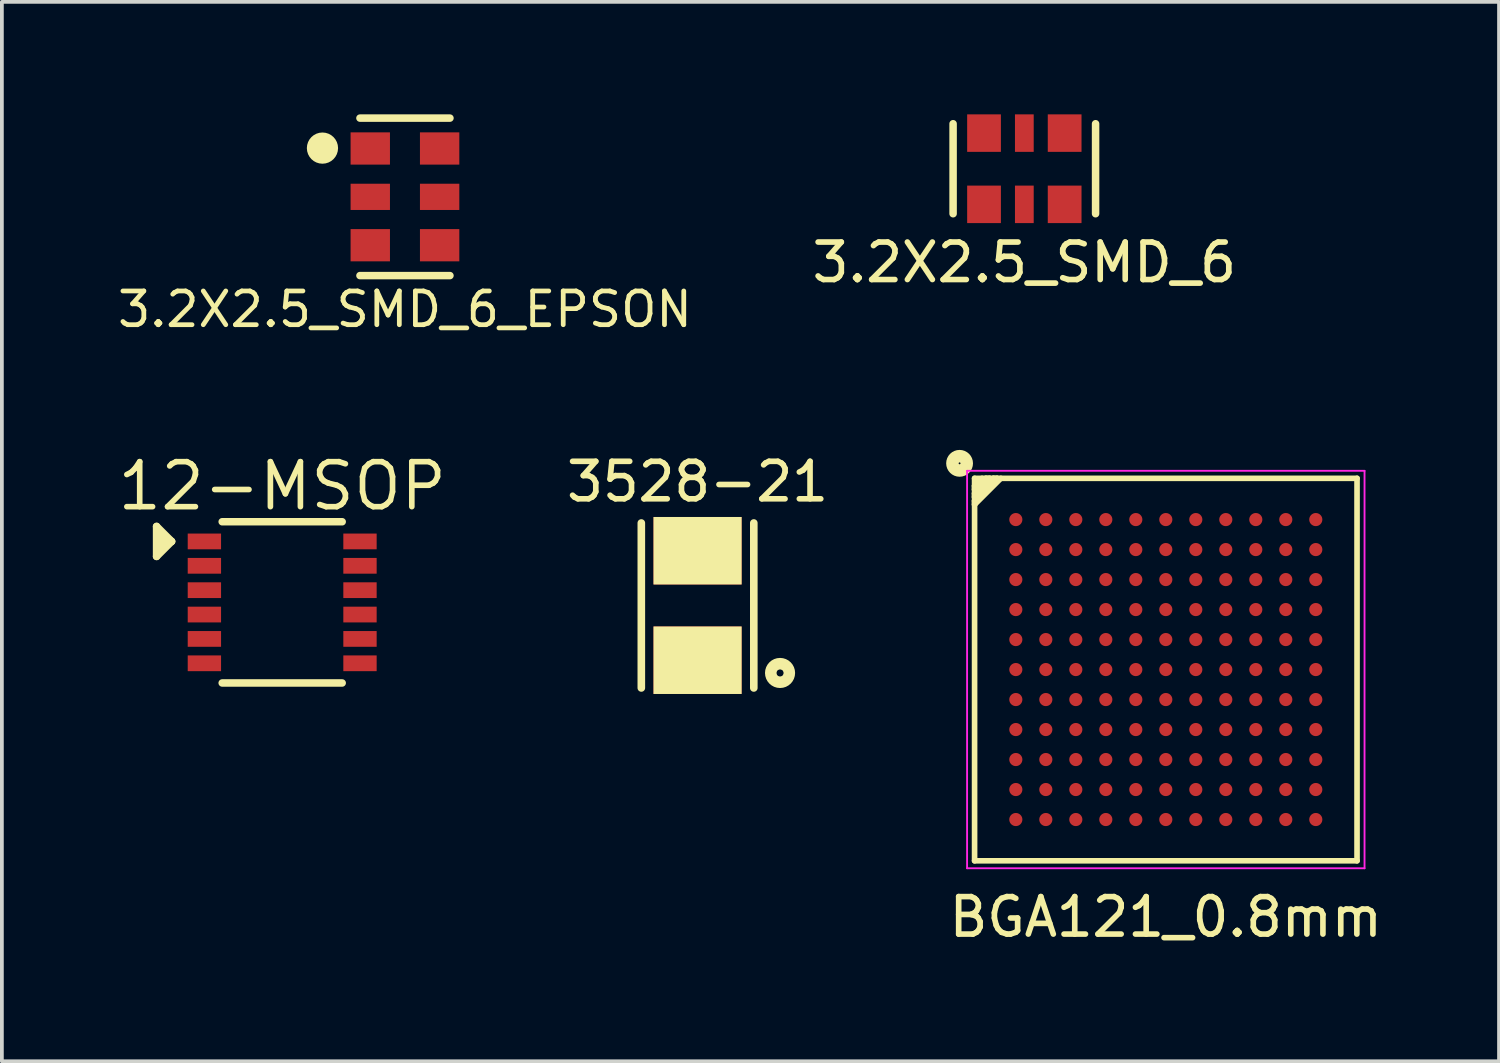
<source format=kicad_pcb>
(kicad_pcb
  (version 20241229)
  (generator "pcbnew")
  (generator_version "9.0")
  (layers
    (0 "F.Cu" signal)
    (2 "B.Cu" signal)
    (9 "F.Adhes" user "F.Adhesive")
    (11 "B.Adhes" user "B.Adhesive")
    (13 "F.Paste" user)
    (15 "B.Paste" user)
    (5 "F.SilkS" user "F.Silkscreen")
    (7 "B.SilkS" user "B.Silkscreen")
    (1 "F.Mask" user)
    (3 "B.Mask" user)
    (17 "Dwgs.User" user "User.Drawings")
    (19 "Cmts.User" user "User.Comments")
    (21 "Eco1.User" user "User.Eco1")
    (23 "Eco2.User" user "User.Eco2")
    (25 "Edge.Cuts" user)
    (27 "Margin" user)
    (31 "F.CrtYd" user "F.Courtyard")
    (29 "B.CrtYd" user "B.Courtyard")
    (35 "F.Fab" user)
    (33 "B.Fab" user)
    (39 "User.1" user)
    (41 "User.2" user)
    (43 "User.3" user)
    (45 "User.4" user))
  (footprint "3.2X2.5_SMD_6"
    (layer "F.Cu")
    (at 24.269 1.45)
    (property "Reference" "3.2X2.5_SMD_6" (at 0 2.5 0) (layer "F.SilkS") (effects (font (size 1 1) (thickness 0.15))))
    (attr through_hole)
    (fp_line (start -1.9 -1.2) (end -1.9 1.2) (stroke (width 0.2) (type solid)) (layer "F.SilkS"))
    (fp_line (start 1.9 -1.2) (end 1.9 1.2) (stroke (width 0.2) (type solid)) (layer "F.SilkS"))
    (pad "1" smd rect (at -1.075 0.95) (size 0.9 1) (layers "F.Cu" "F.Mask" "F.Paste"))
    (pad "2" smd rect (at 0 0.95) (size 0.5 1) (layers "F.Cu" "F.Mask" "F.Paste"))
    (pad "3" smd rect (at 1.075 0.95) (size 0.9 1) (layers "F.Cu" "F.Mask" "F.Paste"))
    (pad "4" smd rect (at 1.075 -0.95) (size 0.9 1) (layers "F.Cu" "F.Mask" "F.Paste"))
    (pad "5" smd rect (at 0 -0.95) (size 0.5 1) (layers "F.Cu" "F.Mask" "F.Paste"))
    (pad "6" smd rect (at -1.075 -0.95) (size 0.9 1) (layers "F.Cu" "F.Mask" "F.Paste")))
  (footprint "BGA121_0.8mm"
    (layer "F.Cu")
    (at 28.042 14.807)
    (property "Reference" "BGA121_0.8mm" (at 0 6.6 0) (layer "F.SilkS") (effects (font (size 1 1) (thickness 0.15))))
    (attr smd)
    (fp_line (start -5.1 -5.1) (end -5.1 5.1) (stroke (width 0.15) (type solid)) (layer "F.SilkS"))
    (fp_line (start -5.1 -5.1) (end 5.1 -5.1) (stroke (width 0.15) (type solid)) (layer "F.SilkS"))
    (fp_line (start -5.1 -4.9) (end -5.1 -4.8) (stroke (width 0.15) (type solid)) (layer "F.SilkS"))
    (fp_line (start -5.1 -4.8) (end -4.8 -5.1) (stroke (width 0.15) (type solid)) (layer "F.SilkS"))
    (fp_line (start -5.1 -4.7) (end -5.1 -4.6) (stroke (width 0.15) (type solid)) (layer "F.SilkS"))
    (fp_line (start -5.1 -4.6) (end -4.6 -5.1) (stroke (width 0.15) (type solid)) (layer "F.SilkS"))
    (fp_line (start -5.1 -4.5) (end -5.1 -4.4) (stroke (width 0.15) (type solid)) (layer "F.SilkS"))
    (fp_line (start -5.1 -4.4) (end -4.4 -5.1) (stroke (width 0.15) (type solid)) (layer "F.SilkS"))
    (fp_line (start -5.1 5.1) (end 5.1 5.1) (stroke (width 0.15) (type solid)) (layer "F.SilkS"))
    (fp_line (start -4.9 -5.1) (end -5.1 -4.9) (stroke (width 0.15) (type solid)) (layer "F.SilkS"))
    (fp_line (start -4.8 -5.1) (end -4.7 -5.1) (stroke (width 0.15) (type solid)) (layer "F.SilkS"))
    (fp_line (start -4.7 -5.1) (end -5.1 -4.7) (stroke (width 0.15) (type solid)) (layer "F.SilkS"))
    (fp_line (start -4.6 -5.1) (end -4.5 -5.1) (stroke (width 0.15) (type solid)) (layer "F.SilkS"))
    (fp_line (start -4.5 -5.1) (end -5.1 -4.5) (stroke (width 0.15) (type solid)) (layer "F.SilkS"))
    (fp_line (start 5.1 -5.1) (end 5.1 5.1) (stroke (width 0.15) (type solid)) (layer "F.SilkS"))
    (fp_circle (center -5.5 -5.5) (end -5.5 -5.7) (stroke (width 0.15) (type solid)) (fill no) (layer "F.SilkS"))
    (fp_circle (center -5.5 -5.5) (end -5.5 -5.6) (stroke (width 0.15) (type solid)) (fill no) (layer "F.SilkS"))
    (fp_circle (center -5.5 -5.5) (end -5.3 -5.7) (stroke (width 0.15) (type solid)) (fill no) (layer "F.SilkS"))
    (fp_line (start -5.3 -5.3) (end -5.3 5.3) (stroke (width 0.05) (type solid)) (layer "F.CrtYd"))
    (fp_line (start -5.3 -5.3) (end 5.3 -5.3) (stroke (width 0.05) (type solid)) (layer "F.CrtYd"))
    (fp_line (start -5.3 5.3) (end 5.3 5.3) (stroke (width 0.05) (type solid)) (layer "F.CrtYd"))
    (fp_line (start 5.3 -5.3) (end 5.3 5.3) (stroke (width 0.05) (type solid)) (layer "F.CrtYd"))
    (pad "A1" smd circle (at -4 -4 180) (size 0.35 0.35) (layers "F.Cu" "F.Mask" "F.Paste"))
    (pad "A2" smd circle (at -3.2 -4 180) (size 0.35 0.35) (layers "F.Cu" "F.Mask" "F.Paste"))
    (pad "A3" smd circle (at -2.4 -4 180) (size 0.35 0.35) (layers "F.Cu" "F.Mask" "F.Paste"))
    (pad "A4" smd circle (at -1.6 -4 180) (size 0.35 0.35) (layers "F.Cu" "F.Mask" "F.Paste"))
    (pad "A5" smd circle (at -0.8 -4 180) (size 0.35 0.35) (layers "F.Cu" "F.Mask" "F.Paste"))
    (pad "A6" smd circle (at 0 -4 180) (size 0.35 0.35) (layers "F.Cu" "F.Mask" "F.Paste"))
    (pad "A7" smd circle (at 0.8 -4 180) (size 0.35 0.35) (layers "F.Cu" "F.Mask" "F.Paste"))
    (pad "A8" smd circle (at 1.6 -4 180) (size 0.35 0.35) (layers "F.Cu" "F.Mask" "F.Paste"))
    (pad "A9" smd circle (at 2.4 -4 180) (size 0.35 0.35) (layers "F.Cu" "F.Mask" "F.Paste"))
    (pad "A10" smd circle (at 3.2 -4 180) (size 0.35 0.35) (layers "F.Cu" "F.Mask" "F.Paste"))
    (pad "A11" smd circle (at 4 -4 180) (size 0.35 0.35) (layers "F.Cu" "F.Mask" "F.Paste"))
    (pad "B1" smd circle (at -4 -3.2 180) (size 0.35 0.35) (layers "F.Cu" "F.Mask" "F.Paste"))
    (pad "B2" smd circle (at -3.2 -3.2 180) (size 0.35 0.35) (layers "F.Cu" "F.Mask" "F.Paste"))
    (pad "B3" smd circle (at -2.4 -3.2 180) (size 0.35 0.35) (layers "F.Cu" "F.Mask" "F.Paste"))
    (pad "B4" smd circle (at -1.6 -3.2 180) (size 0.35 0.35) (layers "F.Cu" "F.Mask" "F.Paste"))
    (pad "B5" smd circle (at -0.8 -3.2 180) (size 0.35 0.35) (layers "F.Cu" "F.Mask" "F.Paste"))
    (pad "B6" smd circle (at 0 -3.2 180) (size 0.35 0.35) (layers "F.Cu" "F.Mask" "F.Paste"))
    (pad "B7" smd circle (at 0.8 -3.2 180) (size 0.35 0.35) (layers "F.Cu" "F.Mask" "F.Paste"))
    (pad "B8" smd circle (at 1.6 -3.2 180) (size 0.35 0.35) (layers "F.Cu" "F.Mask" "F.Paste"))
    (pad "B9" smd circle (at 2.4 -3.2 180) (size 0.35 0.35) (layers "F.Cu" "F.Mask" "F.Paste"))
    (pad "B10" smd circle (at 3.2 -3.2 180) (size 0.35 0.35) (layers "F.Cu" "F.Mask" "F.Paste"))
    (pad "B11" smd circle (at 4 -3.2 180) (size 0.35 0.35) (layers "F.Cu" "F.Mask" "F.Paste"))
    (pad "C1" smd circle (at -4 -2.4 180) (size 0.35 0.35) (layers "F.Cu" "F.Mask" "F.Paste"))
    (pad "C2" smd circle (at -3.2 -2.4 180) (size 0.35 0.35) (layers "F.Cu" "F.Mask" "F.Paste"))
    (pad "C3" smd circle (at -2.4 -2.4 180) (size 0.35 0.35) (layers "F.Cu" "F.Mask" "F.Paste"))
    (pad "C4" smd circle (at -1.6 -2.4 180) (size 0.35 0.35) (layers "F.Cu" "F.Mask" "F.Paste"))
    (pad "C5" smd circle (at -0.8 -2.4 180) (size 0.35 0.35) (layers "F.Cu" "F.Mask" "F.Paste"))
    (pad "C6" smd circle (at 0 -2.4 180) (size 0.35 0.35) (layers "F.Cu" "F.Mask" "F.Paste"))
    (pad "C7" smd circle (at 0.8 -2.4 180) (size 0.35 0.35) (layers "F.Cu" "F.Mask" "F.Paste"))
    (pad "C8" smd circle (at 1.6 -2.4 180) (size 0.35 0.35) (layers "F.Cu" "F.Mask" "F.Paste"))
    (pad "C9" smd circle (at 2.4 -2.4 180) (size 0.35 0.35) (layers "F.Cu" "F.Mask" "F.Paste"))
    (pad "C10" smd circle (at 3.2 -2.4 180) (size 0.35 0.35) (layers "F.Cu" "F.Mask" "F.Paste"))
    (pad "C11" smd circle (at 4 -2.4 180) (size 0.35 0.35) (layers "F.Cu" "F.Mask" "F.Paste"))
    (pad "D1" smd circle (at -4 -1.6 180) (size 0.35 0.35) (layers "F.Cu" "F.Mask" "F.Paste"))
    (pad "D2" smd circle (at -3.2 -1.6 180) (size 0.35 0.35) (layers "F.Cu" "F.Mask" "F.Paste"))
    (pad "D3" smd circle (at -2.4 -1.6 180) (size 0.35 0.35) (layers "F.Cu" "F.Mask" "F.Paste"))
    (pad "D4" smd circle (at -1.6 -1.6 180) (size 0.35 0.35) (layers "F.Cu" "F.Mask" "F.Paste"))
    (pad "D5" smd circle (at -0.8 -1.6 180) (size 0.35 0.35) (layers "F.Cu" "F.Mask" "F.Paste"))
    (pad "D6" smd circle (at 0 -1.6 180) (size 0.35 0.35) (layers "F.Cu" "F.Mask" "F.Paste"))
    (pad "D7" smd circle (at 0.8 -1.6 180) (size 0.35 0.35) (layers "F.Cu" "F.Mask" "F.Paste"))
    (pad "D8" smd circle (at 1.6 -1.6 180) (size 0.35 0.35) (layers "F.Cu" "F.Mask" "F.Paste"))
    (pad "D9" smd circle (at 2.4 -1.6 180) (size 0.35 0.35) (layers "F.Cu" "F.Mask" "F.Paste"))
    (pad "D10" smd circle (at 3.2 -1.6 180) (size 0.35 0.35) (layers "F.Cu" "F.Mask" "F.Paste"))
    (pad "D11" smd circle (at 4 -1.6 180) (size 0.35 0.35) (layers "F.Cu" "F.Mask" "F.Paste"))
    (pad "E1" smd circle (at -4 -0.8 180) (size 0.35 0.35) (layers "F.Cu" "F.Mask" "F.Paste"))
    (pad "E2" smd circle (at -3.2 -0.8 180) (size 0.35 0.35) (layers "F.Cu" "F.Mask" "F.Paste"))
    (pad "E3" smd circle (at -2.4 -0.8 180) (size 0.35 0.35) (layers "F.Cu" "F.Mask" "F.Paste"))
    (pad "E4" smd circle (at -1.6 -0.8 180) (size 0.35 0.35) (layers "F.Cu" "F.Mask" "F.Paste"))
    (pad "E5" smd circle (at -0.8 -0.8 180) (size 0.35 0.35) (layers "F.Cu" "F.Mask" "F.Paste"))
    (pad "E6" smd circle (at 0 -0.8 180) (size 0.35 0.35) (layers "F.Cu" "F.Mask" "F.Paste"))
    (pad "E7" smd circle (at 0.8 -0.8 180) (size 0.35 0.35) (layers "F.Cu" "F.Mask" "F.Paste"))
    (pad "E8" smd circle (at 1.6 -0.8 180) (size 0.35 0.35) (layers "F.Cu" "F.Mask" "F.Paste"))
    (pad "E9" smd circle (at 2.4 -0.8 180) (size 0.35 0.35) (layers "F.Cu" "F.Mask" "F.Paste"))
    (pad "E10" smd circle (at 3.2 -0.8 180) (size 0.35 0.35) (layers "F.Cu" "F.Mask" "F.Paste"))
    (pad "E11" smd circle (at 4 -0.8 180) (size 0.35 0.35) (layers "F.Cu" "F.Mask" "F.Paste"))
    (pad "F1" smd circle (at -4 0 180) (size 0.35 0.35) (layers "F.Cu" "F.Mask" "F.Paste"))
    (pad "F2" smd circle (at -3.2 0 180) (size 0.35 0.35) (layers "F.Cu" "F.Mask" "F.Paste"))
    (pad "F3" smd circle (at -2.4 0 180) (size 0.35 0.35) (layers "F.Cu" "F.Mask" "F.Paste"))
    (pad "F4" smd circle (at -1.6 0 180) (size 0.35 0.35) (layers "F.Cu" "F.Mask" "F.Paste"))
    (pad "F5" smd circle (at -0.8 0 180) (size 0.35 0.35) (layers "F.Cu" "F.Mask" "F.Paste"))
    (pad "F6" smd circle (at 0 0 180) (size 0.35 0.35) (layers "F.Cu" "F.Mask" "F.Paste"))
    (pad "F7" smd circle (at 0.8 0 180) (size 0.35 0.35) (layers "F.Cu" "F.Mask" "F.Paste"))
    (pad "F8" smd circle (at 1.6 0 180) (size 0.35 0.35) (layers "F.Cu" "F.Mask" "F.Paste"))
    (pad "F9" smd circle (at 2.4 0 180) (size 0.35 0.35) (layers "F.Cu" "F.Mask" "F.Paste"))
    (pad "F10" smd circle (at 3.2 0 180) (size 0.35 0.35) (layers "F.Cu" "F.Mask" "F.Paste"))
    (pad "F11" smd circle (at 4 0 180) (size 0.35 0.35) (layers "F.Cu" "F.Mask" "F.Paste"))
    (pad "G1" smd circle (at -4 0.8 180) (size 0.35 0.35) (layers "F.Cu" "F.Mask" "F.Paste"))
    (pad "G2" smd circle (at -3.2 0.8 180) (size 0.35 0.35) (layers "F.Cu" "F.Mask" "F.Paste"))
    (pad "G3" smd circle (at -2.4 0.8 180) (size 0.35 0.35) (layers "F.Cu" "F.Mask" "F.Paste"))
    (pad "G4" smd circle (at -1.6 0.8 180) (size 0.35 0.35) (layers "F.Cu" "F.Mask" "F.Paste"))
    (pad "G5" smd circle (at -0.8 0.8 180) (size 0.35 0.35) (layers "F.Cu" "F.Mask" "F.Paste"))
    (pad "G6" smd circle (at 0 0.8 180) (size 0.35 0.35) (layers "F.Cu" "F.Mask" "F.Paste"))
    (pad "G7" smd circle (at 0.8 0.8 180) (size 0.35 0.35) (layers "F.Cu" "F.Mask" "F.Paste"))
    (pad "G8" smd circle (at 1.6 0.8 180) (size 0.35 0.35) (layers "F.Cu" "F.Mask" "F.Paste"))
    (pad "G9" smd circle (at 2.4 0.8 180) (size 0.35 0.35) (layers "F.Cu" "F.Mask" "F.Paste"))
    (pad "G10" smd circle (at 3.2 0.8 180) (size 0.35 0.35) (layers "F.Cu" "F.Mask" "F.Paste"))
    (pad "G11" smd circle (at 4 0.8 180) (size 0.35 0.35) (layers "F.Cu" "F.Mask" "F.Paste"))
    (pad "H1" smd circle (at -4 1.6 180) (size 0.35 0.35) (layers "F.Cu" "F.Mask" "F.Paste"))
    (pad "H2" smd circle (at -3.2 1.6 180) (size 0.35 0.35) (layers "F.Cu" "F.Mask" "F.Paste"))
    (pad "H3" smd circle (at -2.4 1.6 180) (size 0.35 0.35) (layers "F.Cu" "F.Mask" "F.Paste"))
    (pad "H4" smd circle (at -1.6 1.6 180) (size 0.35 0.35) (layers "F.Cu" "F.Mask" "F.Paste"))
    (pad "H5" smd circle (at -0.8 1.6 180) (size 0.35 0.35) (layers "F.Cu" "F.Mask" "F.Paste"))
    (pad "H6" smd circle (at 0 1.6 180) (size 0.35 0.35) (layers "F.Cu" "F.Mask" "F.Paste"))
    (pad "H7" smd circle (at 0.8 1.6 180) (size 0.35 0.35) (layers "F.Cu" "F.Mask" "F.Paste"))
    (pad "H8" smd circle (at 1.6 1.6 180) (size 0.35 0.35) (layers "F.Cu" "F.Mask" "F.Paste"))
    (pad "H9" smd circle (at 2.4 1.6 180) (size 0.35 0.35) (layers "F.Cu" "F.Mask" "F.Paste"))
    (pad "H10" smd circle (at 3.2 1.6 180) (size 0.35 0.35) (layers "F.Cu" "F.Mask" "F.Paste"))
    (pad "H11" smd circle (at 4 1.6 180) (size 0.35 0.35) (layers "F.Cu" "F.Mask" "F.Paste"))
    (pad "J1" smd circle (at -4 2.4 180) (size 0.35 0.35) (layers "F.Cu" "F.Mask" "F.Paste"))
    (pad "J2" smd circle (at -3.2 2.4 180) (size 0.35 0.35) (layers "F.Cu" "F.Mask" "F.Paste"))
    (pad "J3" smd circle (at -2.4 2.4 180) (size 0.35 0.35) (layers "F.Cu" "F.Mask" "F.Paste"))
    (pad "J4" smd circle (at -1.6 2.4 180) (size 0.35 0.35) (layers "F.Cu" "F.Mask" "F.Paste"))
    (pad "J5" smd circle (at -0.8 2.4 180) (size 0.35 0.35) (layers "F.Cu" "F.Mask" "F.Paste"))
    (pad "J6" smd circle (at 0 2.4 180) (size 0.35 0.35) (layers "F.Cu" "F.Mask" "F.Paste"))
    (pad "J7" smd circle (at 0.8 2.4 180) (size 0.35 0.35) (layers "F.Cu" "F.Mask" "F.Paste"))
    (pad "J8" smd circle (at 1.6 2.4 180) (size 0.35 0.35) (layers "F.Cu" "F.Mask" "F.Paste"))
    (pad "J9" smd circle (at 2.4 2.4 180) (size 0.35 0.35) (layers "F.Cu" "F.Mask" "F.Paste"))
    (pad "J10" smd circle (at 3.2 2.4 180) (size 0.35 0.35) (layers "F.Cu" "F.Mask" "F.Paste"))
    (pad "J11" smd circle (at 4 2.4 180) (size 0.35 0.35) (layers "F.Cu" "F.Mask" "F.Paste"))
    (pad "K1" smd circle (at -4 3.2 180) (size 0.35 0.35) (layers "F.Cu" "F.Mask" "F.Paste"))
    (pad "K2" smd circle (at -3.2 3.2 180) (size 0.35 0.35) (layers "F.Cu" "F.Mask" "F.Paste"))
    (pad "K3" smd circle (at -2.4 3.2 180) (size 0.35 0.35) (layers "F.Cu" "F.Mask" "F.Paste"))
    (pad "K4" smd circle (at -1.6 3.2 180) (size 0.35 0.35) (layers "F.Cu" "F.Mask" "F.Paste"))
    (pad "K5" smd circle (at -0.8 3.2 180) (size 0.35 0.35) (layers "F.Cu" "F.Mask" "F.Paste"))
    (pad "K6" smd circle (at 0 3.2 180) (size 0.35 0.35) (layers "F.Cu" "F.Mask" "F.Paste"))
    (pad "K7" smd circle (at 0.8 3.2 180) (size 0.35 0.35) (layers "F.Cu" "F.Mask" "F.Paste"))
    (pad "K8" smd circle (at 1.6 3.2 180) (size 0.35 0.35) (layers "F.Cu" "F.Mask" "F.Paste"))
    (pad "K9" smd circle (at 2.4 3.2 180) (size 0.35 0.35) (layers "F.Cu" "F.Mask" "F.Paste"))
    (pad "K10" smd circle (at 3.2 3.2 180) (size 0.35 0.35) (layers "F.Cu" "F.Mask" "F.Paste"))
    (pad "K11" smd circle (at 4 3.2 180) (size 0.35 0.35) (layers "F.Cu" "F.Mask" "F.Paste"))
    (pad "L1" smd circle (at -4 4 180) (size 0.35 0.35) (layers "F.Cu" "F.Mask" "F.Paste"))
    (pad "L2" smd circle (at -3.2 4 180) (size 0.35 0.35) (layers "F.Cu" "F.Mask" "F.Paste"))
    (pad "L3" smd circle (at -2.4 4 180) (size 0.35 0.35) (layers "F.Cu" "F.Mask" "F.Paste"))
    (pad "L4" smd circle (at -1.6 4 180) (size 0.35 0.35) (layers "F.Cu" "F.Mask" "F.Paste"))
    (pad "L5" smd circle (at -0.8 4 180) (size 0.35 0.35) (layers "F.Cu" "F.Mask" "F.Paste"))
    (pad "L6" smd circle (at 0 4 180) (size 0.35 0.35) (layers "F.Cu" "F.Mask" "F.Paste"))
    (pad "L7" smd circle (at 0.8 4 180) (size 0.35 0.35) (layers "F.Cu" "F.Mask" "F.Paste"))
    (pad "L8" smd circle (at 1.6 4 180) (size 0.35 0.35) (layers "F.Cu" "F.Mask" "F.Paste"))
    (pad "L9" smd circle (at 2.4 4 180) (size 0.35 0.35) (layers "F.Cu" "F.Mask" "F.Paste"))
    (pad "L10" smd circle (at 3.2 4 180) (size 0.35 0.35) (layers "F.Cu" "F.Mask" "F.Paste"))
    (pad "L11" smd circle (at 4 4 180) (size 0.35 0.35) (layers "F.Cu" "F.Mask" "F.Paste")))
  (footprint "12-MSOP"
    (layer "F.Cu")
    (at 4.476 13.015)
    (property "Reference" "12-MSOP" (at 0 -3.1 180) (layer "F.SilkS") (effects (font (size 1.2 1.2) (thickness 0.15))))
    (attr smd)
    (fp_line (start -3.35 -2.025) (end -3.35 -1.225) (stroke (width 0.2) (type solid)) (layer "F.SilkS"))
    (fp_line (start -3.35 -1.225) (end -2.95 -1.625) (stroke (width 0.2) (type solid)) (layer "F.SilkS"))
    (fp_line (start -3.25 -1.825) (end -3.25 -1.525) (stroke (width 0.2) (type solid)) (layer "F.SilkS"))
    (fp_line (start -3.25 -1.525) (end -3.15 -1.625) (stroke (width 0.2) (type solid)) (layer "F.SilkS"))
    (fp_line (start -2.95 -1.625) (end -3.35 -2.025) (stroke (width 0.2) (type solid)) (layer "F.SilkS"))
    (fp_line (start -2.95 -1.625) (end -3.25 -1.825) (stroke (width 0.2) (type solid)) (layer "F.SilkS"))
    (fp_line (start -1.6 -2.15) (end 1.6 -2.15) (stroke (width 0.2) (type solid)) (layer "F.SilkS"))
    (fp_line (start -1.6 2.15) (end 1.6 2.15) (stroke (width 0.2) (type solid)) (layer "F.SilkS"))
    (pad "1" smd rect (at -2.075 -1.625 270) (size 0.42 0.889) (layers "F.Cu" "F.Mask" "F.Paste"))
    (pad "2" smd rect (at -2.075 -0.975 270) (size 0.42 0.889) (layers "F.Cu" "F.Mask" "F.Paste"))
    (pad "3" smd rect (at -2.075 -0.325 270) (size 0.42 0.889) (layers "F.Cu" "F.Mask" "F.Paste"))
    (pad "4" smd rect (at -2.075 0.325 270) (size 0.42 0.889) (layers "F.Cu" "F.Mask" "F.Paste"))
    (pad "5" smd rect (at -2.075 0.975 270) (size 0.42 0.889) (layers "F.Cu" "F.Mask" "F.Paste"))
    (pad "6" smd rect (at -2.075 1.625 270) (size 0.42 0.889) (layers "F.Cu" "F.Mask" "F.Paste"))
    (pad "7" smd rect (at 2.075 1.625 270) (size 0.42 0.889) (layers "F.Cu" "F.Mask" "F.Paste"))
    (pad "8" smd rect (at 2.075 0.975 270) (size 0.42 0.889) (layers "F.Cu" "F.Mask" "F.Paste"))
    (pad "9" smd rect (at 2.075 0.325 270) (size 0.42 0.889) (layers "F.Cu" "F.Mask" "F.Paste"))
    (pad "10" smd rect (at 2.075 -0.325 270) (size 0.42 0.889) (layers "F.Cu" "F.Mask" "F.Paste"))
    (pad "11" smd rect (at 2.075 -0.975 270) (size 0.42 0.889) (layers "F.Cu" "F.Mask" "F.Paste"))
    (pad "12" smd rect (at 2.075 -1.625 270) (size 0.42 0.889) (layers "F.Cu" "F.Mask" "F.Paste")))
  (footprint "3.2X2.5_SMD_6_EPSON"
    (layer "F.Cu")
    (at 7.75 2.2)
    (property "Reference" "3.2X2.5_SMD_6_EPSON" (at 0 3 0) (layer "F.SilkS") (effects (font (size 0.9 0.9) (thickness 0.127))))
    (attr smd)
    (fp_line (start 1.2 -2.1) (end -1.2 -2.1) (stroke (width 0.2) (type solid)) (layer "F.SilkS"))
    (fp_line (start 1.2 2.1) (end -1.2 2.1) (stroke (width 0.2) (type solid)) (layer "F.SilkS"))
    (fp_circle (center -2.2 -1.3) (end -2.3 -1) (stroke (width 0.2) (type solid)) (fill no) (layer "F.SilkS"))
    (fp_circle (center -2.2 -1.3) (end -2.2 -1.2) (stroke (width 0.2) (type solid)) (fill no) (layer "F.SilkS"))
    (fp_circle (center -2.2 -1.3) (end -2.2 -1.1) (stroke (width 0.2) (type solid)) (fill no) (layer "F.SilkS"))
    (pad "1" smd rect (at -0.925 -1.29 270) (size 0.86 1.05) (layers "F.Cu" "F.Mask" "F.Paste"))
    (pad "2" smd rect (at -0.925 0 270) (size 0.7 1.05) (layers "F.Cu" "F.Mask" "F.Paste"))
    (pad "3" smd rect (at -0.925 1.29 270) (size 0.86 1.05) (layers "F.Cu" "F.Mask" "F.Paste"))
    (pad "4" smd rect (at 0.925 1.29 270) (size 0.86 1.05) (layers "F.Cu" "F.Mask" "F.Paste"))
    (pad "5" smd rect (at 0.925 0 270) (size 0.7 1.05) (layers "F.Cu" "F.Mask" "F.Paste"))
    (pad "6" smd rect (at 0.925 -1.29 270) (size 0.86 1.05) (layers "F.Cu" "F.Mask" "F.Paste")))
  (footprint "3528-21"
    (layer "F.Cu")
    (at 15.554 13.098)
    (property "Reference" "3528-21" (at 0 -3.3 0) (layer "F.SilkS") (effects (font (size 1 1) (thickness 0.15))))
    (attr through_hole)
    (fp_line (start -1.5 2.2) (end -1.5 -2.2) (stroke (width 0.203) (type solid)) (layer "F.SilkS"))
    (fp_line (start 1.5 -2.2) (end 1.5 2.2) (stroke (width 0.203) (type solid)) (layer "F.SilkS"))
    (fp_circle (center 2.2 1.8) (end 2 1.8) (stroke (width 0.203) (type solid)) (fill no) (layer "F.SilkS"))
    (fp_circle (center 2.2 1.8) (end 2.2 1.7) (stroke (width 0.203) (type solid)) (fill no) (layer "F.SilkS"))
    (fp_circle (center 2.2 1.8) (end 2.2 2.1) (stroke (width 0.203) (type solid)) (fill no) (layer "F.SilkS"))
    (pad "1" smd rect (at 0 1.46 180) (size 2.35 1.8) (layers "F.Cu" "F.Mask" "F.SilkS" "F.Paste"))
    (pad "2" smd rect (at 0 -1.46 180) (size 2.35 1.8) (layers "F.Cu" "F.Mask" "F.SilkS" "F.Paste")))
  (gr_rect
    (start -3 -3)
    (end 36.929 25.255)
    (stroke (width 0.1) (type default))
    (fill no)
    (layer "Edge.Cuts")))
</source>
